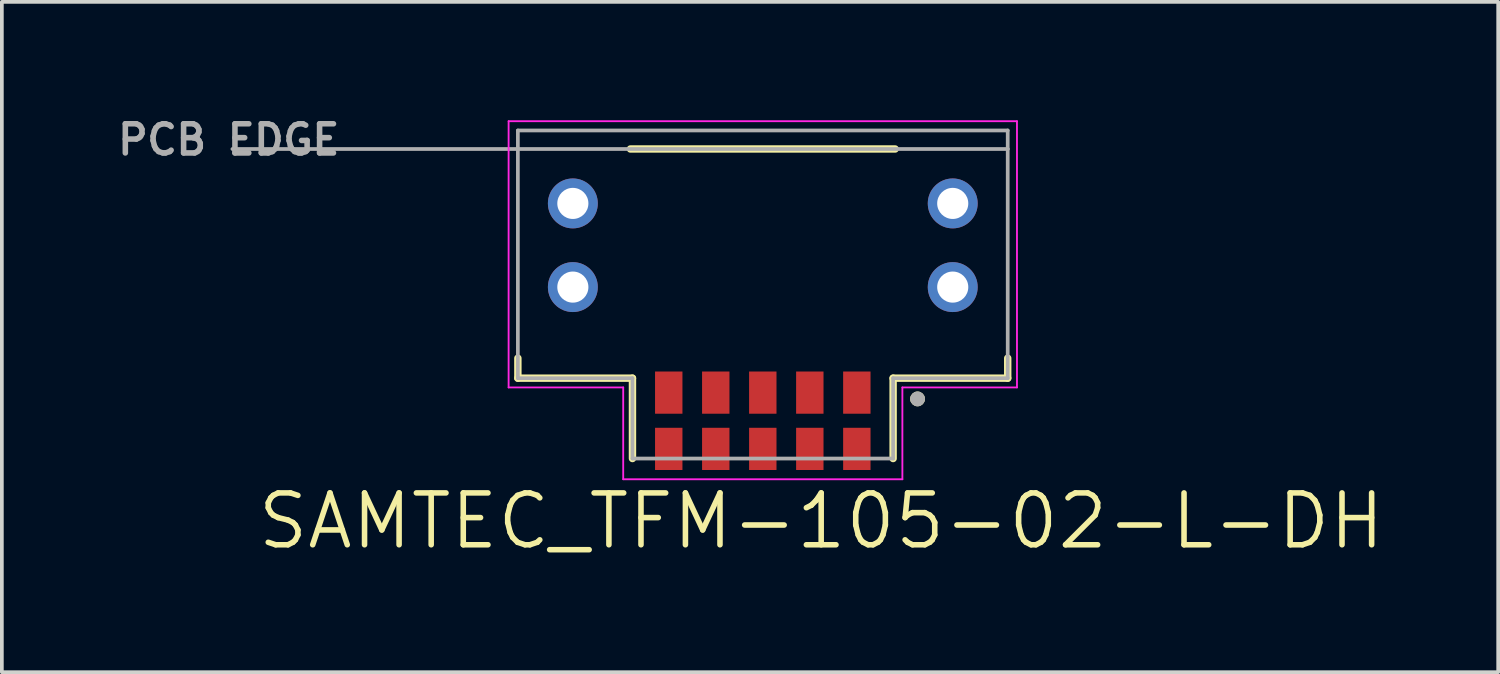
<source format=kicad_pcb>
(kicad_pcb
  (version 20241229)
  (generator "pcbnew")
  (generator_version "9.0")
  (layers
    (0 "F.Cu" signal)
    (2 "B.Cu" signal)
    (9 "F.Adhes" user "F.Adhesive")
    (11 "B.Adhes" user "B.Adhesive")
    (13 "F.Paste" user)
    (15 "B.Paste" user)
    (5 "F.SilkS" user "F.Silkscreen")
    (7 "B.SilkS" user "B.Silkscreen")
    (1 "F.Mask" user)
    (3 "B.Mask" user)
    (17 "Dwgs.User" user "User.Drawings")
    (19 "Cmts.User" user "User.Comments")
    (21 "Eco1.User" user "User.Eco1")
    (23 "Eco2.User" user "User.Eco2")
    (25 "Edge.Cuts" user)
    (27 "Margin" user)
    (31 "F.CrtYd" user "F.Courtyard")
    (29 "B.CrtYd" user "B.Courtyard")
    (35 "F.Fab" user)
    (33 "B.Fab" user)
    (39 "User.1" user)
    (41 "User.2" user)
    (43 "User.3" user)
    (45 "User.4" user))
  (footprint "SAMTEC_TFM-105-02-L-DH"
    (layer "F.Cu")
    (at 17.552 0.974)
    (property "Reference" "SAMTEC_TFM-105-02-L-DH" (at 1.577 10.049 0) (layer "F.SilkS") (effects (font (size 1.4 1.4) (thickness 0.15))))
    (attr smd)
    (fp_line (start -6.615 5.65) (end -6.615 6.19) (stroke (width 0.2) (type solid)) (layer "F.SilkS"))
    (fp_line (start -6.615 6.19) (end -3.52 6.19) (stroke (width 0.2) (type solid)) (layer "F.SilkS"))
    (fp_line (start -3.575 0) (end 3.575 0) (stroke (width 0.2) (type solid)) (layer "F.SilkS"))
    (fp_line (start -3.52 6.19) (end -3.52 8.36) (stroke (width 0.2) (type solid)) (layer "F.SilkS"))
    (fp_line (start 3.52 6.19) (end 3.52 8.36) (stroke (width 0.2) (type solid)) (layer "F.SilkS"))
    (fp_line (start 6.615 5.65) (end 6.615 6.19) (stroke (width 0.2) (type solid)) (layer "F.SilkS"))
    (fp_line (start 6.615 6.19) (end 3.52 6.19) (stroke (width 0.2) (type solid)) (layer "F.SilkS"))
    (fp_circle (center 4.18 6.75) (end 4.28 6.75) (stroke (width 0.2) (type solid)) (fill no) (layer "F.SilkS"))
    (fp_poly (pts (xy -6.51 0.12) (xy -4.05 0.12) (xy -4.05 2.41) (xy -6.51 2.41)) (stroke (width 0.01) (type solid)) (fill yes) (layer "F.Paste"))
    (fp_poly (pts (xy -6.51 2.79) (xy -4.05 2.79) (xy -4.05 5.25) (xy -6.51 5.25)) (stroke (width 0.01) (type solid)) (fill yes) (layer "F.Paste"))
    (fp_poly (pts (xy 4.05 0.12) (xy 6.51 0.12) (xy 6.51 2.41) (xy 4.05 2.41)) (stroke (width 0.01) (type solid)) (fill yes) (layer "F.Paste"))
    (fp_poly (pts (xy 4.05 2.79) (xy 6.51 2.79) (xy 6.51 5.25) (xy 4.05 5.25)) (stroke (width 0.01) (type solid)) (fill yes) (layer "F.Paste"))
    (fp_line (start -6.865 -0.75) (end 6.865 -0.75) (stroke (width 0.05) (type solid)) (layer "F.CrtYd"))
    (fp_line (start -6.865 6.44) (end -6.865 -0.75) (stroke (width 0.05) (type solid)) (layer "F.CrtYd"))
    (fp_line (start -3.77 6.44) (end -6.865 6.44) (stroke (width 0.05) (type solid)) (layer "F.CrtYd"))
    (fp_line (start -3.77 8.92) (end -3.77 6.44) (stroke (width 0.05) (type solid)) (layer "F.CrtYd"))
    (fp_line (start 3.77 6.44) (end 3.77 8.92) (stroke (width 0.05) (type solid)) (layer "F.CrtYd"))
    (fp_line (start 3.77 8.92) (end -3.77 8.92) (stroke (width 0.05) (type solid)) (layer "F.CrtYd"))
    (fp_line (start 6.865 -0.75) (end 6.865 6.44) (stroke (width 0.05) (type solid)) (layer "F.CrtYd"))
    (fp_line (start 6.865 6.44) (end 3.77 6.44) (stroke (width 0.05) (type solid)) (layer "F.CrtYd"))
    (fp_line (start -6.615 -0.5) (end 6.615 -0.5) (stroke (width 0.1) (type solid)) (layer "F.Fab"))
    (fp_line (start -6.615 6.19) (end -6.615 -0.5) (stroke (width 0.1) (type solid)) (layer "F.Fab"))
    (fp_line (start -3.52 6.19) (end -6.615 6.19) (stroke (width 0.1) (type solid)) (layer "F.Fab"))
    (fp_line (start -3.52 8.36) (end -3.52 6.19) (stroke (width 0.1) (type solid)) (layer "F.Fab"))
    (fp_line (start 3.52 6.19) (end 3.52 8.36) (stroke (width 0.1) (type solid)) (layer "F.Fab"))
    (fp_line (start 3.52 8.36) (end -3.52 8.36) (stroke (width 0.1) (type solid)) (layer "F.Fab"))
    (fp_line (start 6.615 -0.5) (end 6.615 0) (stroke (width 0.1) (type solid)) (layer "F.Fab"))
    (fp_line (start 6.615 0) (end -14.325 0) (stroke (width 0.1) (type solid)) (layer "F.Fab"))
    (fp_line (start 6.615 0) (end 6.615 6.19) (stroke (width 0.1) (type solid)) (layer "F.Fab"))
    (fp_line (start 6.615 6.19) (end 3.52 6.19) (stroke (width 0.1) (type solid)) (layer "F.Fab"))
    (fp_circle (center 4.18 6.75) (end 4.28 6.75) (stroke (width 0.2) (type solid)) (fill no) (layer "F.Fab"))
    (fp_text user "PCB EDGE" (at -14.425 -0.25 0) (layer "F.Fab") (effects (font (size 0.787 0.787) (thickness 0.15))))
    (pad "01" smd rect (at 2.54 6.58) (size 0.74 1.14) (layers "F.Cu" "F.Mask" "F.Paste"))
    (pad "02" smd rect (at 2.54 8.1) (size 0.74 1.14) (layers "F.Cu" "F.Mask" "F.Paste"))
    (pad "03" smd rect (at 1.27 6.58) (size 0.74 1.14) (layers "F.Cu" "F.Mask" "F.Paste"))
    (pad "04" smd rect (at 1.27 8.1) (size 0.74 1.14) (layers "F.Cu" "F.Mask" "F.Paste"))
    (pad "05" smd rect (at 0 6.58) (size 0.74 1.14) (layers "F.Cu" "F.Mask" "F.Paste"))
    (pad "06" smd rect (at 0 8.1) (size 0.74 1.14) (layers "F.Cu" "F.Mask" "F.Paste"))
    (pad "07" smd rect (at -1.27 6.58) (size 0.74 1.14) (layers "F.Cu" "F.Mask" "F.Paste"))
    (pad "08" smd rect (at -1.27 8.1) (size 0.74 1.14) (layers "F.Cu" "F.Mask" "F.Paste"))
    (pad "09" smd rect (at -2.54 6.58) (size 0.74 1.14) (layers "F.Cu" "F.Mask" "F.Paste"))
    (pad "10" smd rect (at -2.54 8.1) (size 0.74 1.14) (layers "F.Cu" "F.Mask" "F.Paste"))
    (pad "P1" thru_hole circle (at 5.13 1.47) (size 1.348 1.348) (drill 0.84) (layers "*.Cu" "*.Mask"))
    (pad "P2" thru_hole circle (at -5.13 1.47) (size 1.348 1.348) (drill 0.84) (layers "*.Cu" "*.Mask"))
    (pad "P3" thru_hole circle (at 5.13 3.73) (size 1.348 1.348) (drill 0.84) (layers "*.Cu" "*.Mask"))
    (pad "P4" thru_hole circle (at -5.13 3.73) (size 1.348 1.348) (drill 0.84) (layers "*.Cu" "*.Mask")))
  (gr_rect
    (start -3 -3)
    (end 37.414 15.105)
    (stroke (width 0.1) (type default))
    (fill no)
    (layer "Edge.Cuts")))
</source>
